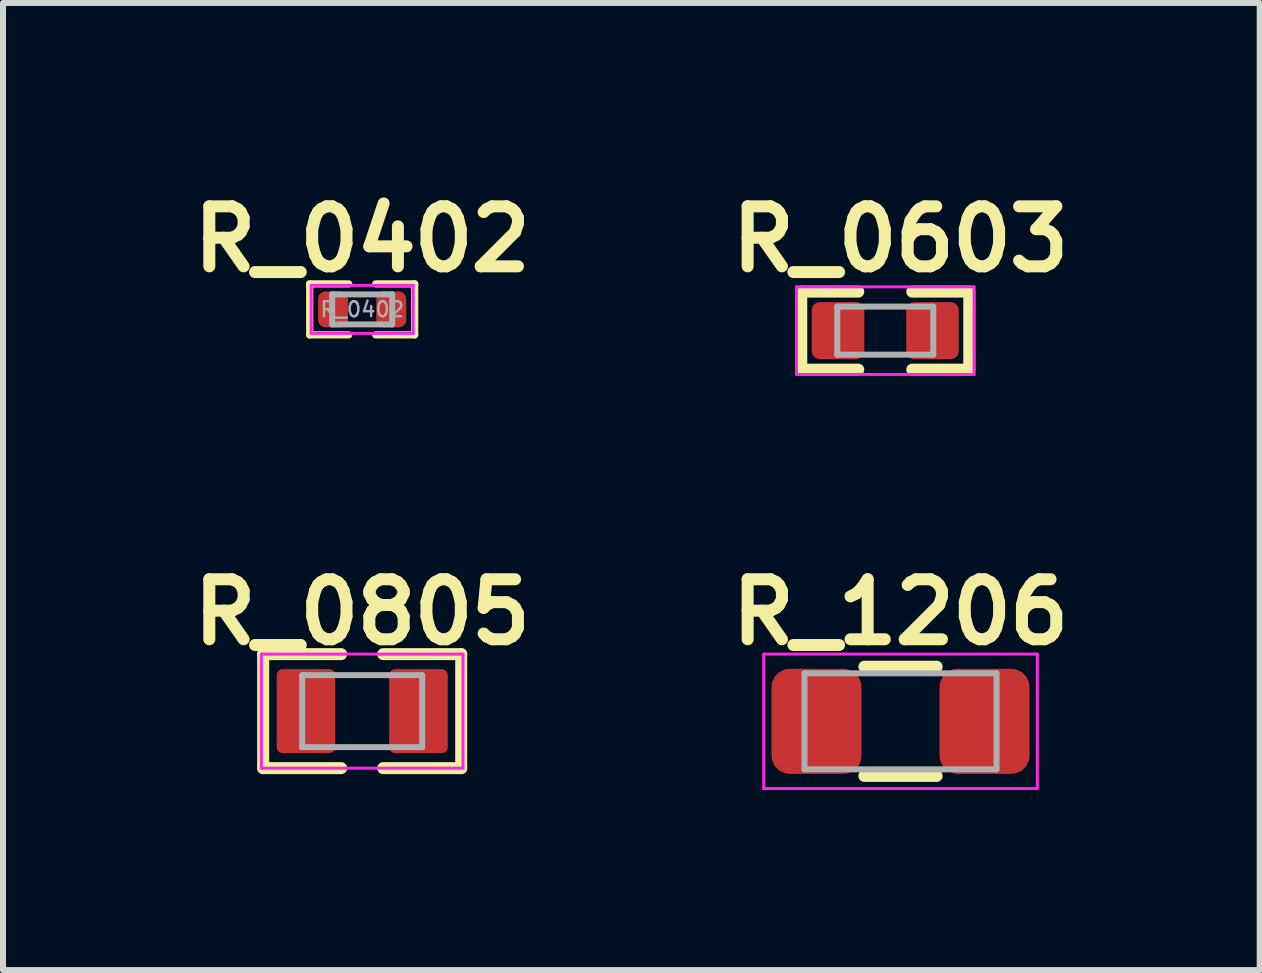
<source format=kicad_pcb>
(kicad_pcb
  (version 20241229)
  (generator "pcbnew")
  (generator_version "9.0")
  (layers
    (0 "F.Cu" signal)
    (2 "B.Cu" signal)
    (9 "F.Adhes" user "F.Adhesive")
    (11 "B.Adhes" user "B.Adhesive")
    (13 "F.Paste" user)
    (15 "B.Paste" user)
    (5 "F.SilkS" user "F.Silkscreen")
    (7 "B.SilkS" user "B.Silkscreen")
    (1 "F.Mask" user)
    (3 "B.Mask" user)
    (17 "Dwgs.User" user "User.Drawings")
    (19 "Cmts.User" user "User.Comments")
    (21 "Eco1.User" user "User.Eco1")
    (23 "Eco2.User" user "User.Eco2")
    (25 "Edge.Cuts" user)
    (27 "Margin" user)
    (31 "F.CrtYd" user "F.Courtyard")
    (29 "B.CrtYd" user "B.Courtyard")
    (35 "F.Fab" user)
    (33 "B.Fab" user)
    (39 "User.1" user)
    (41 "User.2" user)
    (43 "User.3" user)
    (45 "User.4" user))
  (footprint "R_0603"
    (layer "F.Cu")
    (at 11.703 2.46)
    (property "Reference" "R_0603" (at 0.254 -1.524 0) (layer "F.SilkS") (effects (font (size 1 1) (thickness 0.2))))
    (attr smd)
    (fp_line (start -1.4 -0.65) (end -1.4 0.65) (stroke (width 0.2) (type solid)) (layer "F.SilkS"))
    (fp_line (start -1.4 0.65) (end -0.45 0.65) (stroke (width 0.2) (type solid)) (layer "F.SilkS"))
    (fp_line (start -0.45 -0.65) (end -1.4 -0.65) (stroke (width 0.2) (type solid)) (layer "F.SilkS"))
    (fp_line (start 1.4 -0.65) (end 0.45 -0.65) (stroke (width 0.2) (type solid)) (layer "F.SilkS"))
    (fp_line (start 1.4 -0.65) (end 1.4 0.65) (stroke (width 0.2) (type solid)) (layer "F.SilkS"))
    (fp_line (start 1.4 0.65) (end 0.45 0.65) (stroke (width 0.2) (type solid)) (layer "F.SilkS"))
    (fp_line (start -1.48 -0.73) (end 1.48 -0.73) (stroke (width 0.05) (type solid)) (layer "F.CrtYd"))
    (fp_line (start -1.48 0.73) (end -1.48 -0.73) (stroke (width 0.05) (type solid)) (layer "F.CrtYd"))
    (fp_line (start 1.48 -0.73) (end 1.48 0.73) (stroke (width 0.05) (type solid)) (layer "F.CrtYd"))
    (fp_line (start 1.48 0.73) (end -1.48 0.73) (stroke (width 0.05) (type solid)) (layer "F.CrtYd"))
    (fp_line (start -0.8 -0.4) (end 0.8 -0.4) (stroke (width 0.1) (type solid)) (layer "F.Fab"))
    (fp_line (start -0.8 0.4) (end -0.8 -0.4) (stroke (width 0.1) (type solid)) (layer "F.Fab"))
    (fp_line (start 0.8 -0.4) (end 0.8 0.4) (stroke (width 0.1) (type solid)) (layer "F.Fab"))
    (fp_line (start 0.8 0.4) (end -0.8 0.4) (stroke (width 0.1) (type solid)) (layer "F.Fab"))
    (pad "1" smd roundrect (at -0.787 0) (size 0.875 0.95) (layers "F.Cu" "F.Mask" "F.Paste") (roundrect_rratio 0.15))
    (pad "2" smd roundrect (at 0.787 0) (size 0.875 0.95) (layers "F.Cu" "F.Mask" "F.Paste") (roundrect_rratio 0.15)))
  (footprint "R_1206"
    (layer "F.Cu")
    (at 11.957 8.971)
    (property "Reference" "R_1206" (at 0 -1.82 0) (layer "F.SilkS") (effects (font (size 1 1) (thickness 0.2))))
    (attr smd)
    (fp_line (start -0.602 -0.91) (end 0.602 -0.91) (stroke (width 0.2) (type solid)) (layer "F.SilkS"))
    (fp_line (start -0.602 0.91) (end 0.602 0.91) (stroke (width 0.2) (type solid)) (layer "F.SilkS"))
    (fp_line (start -2.28 -1.12) (end 2.28 -1.12) (stroke (width 0.05) (type solid)) (layer "F.CrtYd"))
    (fp_line (start -2.28 1.12) (end -2.28 -1.12) (stroke (width 0.05) (type solid)) (layer "F.CrtYd"))
    (fp_line (start 2.28 -1.12) (end 2.28 1.12) (stroke (width 0.05) (type solid)) (layer "F.CrtYd"))
    (fp_line (start 2.28 1.12) (end -2.28 1.12) (stroke (width 0.05) (type solid)) (layer "F.CrtYd"))
    (fp_line (start -1.6 -0.8) (end 1.6 -0.8) (stroke (width 0.1) (type solid)) (layer "F.Fab"))
    (fp_line (start -1.6 0.8) (end -1.6 -0.8) (stroke (width 0.1) (type solid)) (layer "F.Fab"))
    (fp_line (start 1.6 -0.8) (end 1.6 0.8) (stroke (width 0.1) (type solid)) (layer "F.Fab"))
    (fp_line (start 1.6 0.8) (end -1.6 0.8) (stroke (width 0.1) (type solid)) (layer "F.Fab"))
    (pad "1" smd roundrect (at -1.4 0) (size 1.5 1.75) (layers "F.Cu" "F.Mask" "F.Paste") (roundrect_rratio 0.2))
    (pad "2" smd roundrect (at 1.4 0) (size 1.5 1.75) (layers "F.Cu" "F.Mask" "F.Paste") (roundrect_rratio 0.2)))
  (footprint "R_0805"
    (layer "F.Cu")
    (at 2.986 8.801)
    (property "Reference" "R_0805" (at 0 -1.65 0) (layer "F.SilkS") (effects (font (size 1 1) (thickness 0.2))))
    (attr smd)
    (fp_line (start -1.65 -0.95) (end -1.65 0.95) (stroke (width 0.2) (type solid)) (layer "F.SilkS"))
    (fp_line (start -1.65 0.95) (end -0.35 0.95) (stroke (width 0.2) (type solid)) (layer "F.SilkS"))
    (fp_line (start -0.35 -0.95) (end -1.65 -0.95) (stroke (width 0.2) (type solid)) (layer "F.SilkS"))
    (fp_line (start 0.35 -0.95) (end 1.65 -0.95) (stroke (width 0.2) (type solid)) (layer "F.SilkS"))
    (fp_line (start 1.65 -0.95) (end 1.65 0.95) (stroke (width 0.2) (type solid)) (layer "F.SilkS"))
    (fp_line (start 1.65 0.95) (end 0.35 0.95) (stroke (width 0.2) (type solid)) (layer "F.SilkS"))
    (fp_line (start -1.68 -0.95) (end 1.68 -0.95) (stroke (width 0.05) (type solid)) (layer "F.CrtYd"))
    (fp_line (start -1.68 0.95) (end -1.68 -0.95) (stroke (width 0.05) (type solid)) (layer "F.CrtYd"))
    (fp_line (start 1.68 -0.95) (end 1.68 0.95) (stroke (width 0.05) (type solid)) (layer "F.CrtYd"))
    (fp_line (start 1.68 0.95) (end -1.68 0.95) (stroke (width 0.05) (type solid)) (layer "F.CrtYd"))
    (fp_line (start -1 -0.6) (end 1 -0.6) (stroke (width 0.1) (type solid)) (layer "F.Fab"))
    (fp_line (start -1 0.6) (end -1 -0.6) (stroke (width 0.1) (type solid)) (layer "F.Fab"))
    (fp_line (start 1 -0.6) (end 1 0.6) (stroke (width 0.1) (type solid)) (layer "F.Fab"))
    (fp_line (start 1 0.6) (end -1 0.6) (stroke (width 0.1) (type solid)) (layer "F.Fab"))
    (pad "1" smd roundrect (at -0.938 0) (size 0.975 1.4) (layers "F.Cu" "F.Mask" "F.Paste") (roundrect_rratio 0.1))
    (pad "2" smd roundrect (at 0.938 0) (size 0.975 1.4) (layers "F.Cu" "F.Mask" "F.Paste") (roundrect_rratio 0.1)))
  (footprint "R_0402"
    (layer "F.Cu")
    (at 2.986 2.106)
    (property "Reference" "R_0402" (at 0 -1.17 0) (layer "F.SilkS") (effects (font (size 1 1) (thickness 0.2))))
    (attr smd)
    (fp_line (start -0.875 -0.425) (end -0.875 0.425) (stroke (width 0.12) (type solid)) (layer "F.SilkS"))
    (fp_line (start -0.875 0.425) (end -0.225 0.425) (stroke (width 0.12) (type solid)) (layer "F.SilkS"))
    (fp_line (start -0.225 -0.425) (end -0.875 -0.425) (stroke (width 0.12) (type solid)) (layer "F.SilkS"))
    (fp_line (start 0.225 -0.425) (end 0.875 -0.425) (stroke (width 0.12) (type solid)) (layer "F.SilkS"))
    (fp_line (start 0.875 -0.425) (end 0.875 0.425) (stroke (width 0.12) (type solid)) (layer "F.SilkS"))
    (fp_line (start 0.875 0.425) (end 0.225 0.425) (stroke (width 0.12) (type solid)) (layer "F.SilkS"))
    (fp_line (start -0.85 -0.4) (end 0.85 -0.4) (stroke (width 0.05) (type solid)) (layer "F.CrtYd"))
    (fp_line (start -0.85 0.4) (end -0.85 -0.4) (stroke (width 0.05) (type solid)) (layer "F.CrtYd"))
    (fp_line (start 0.85 -0.4) (end 0.85 0.4) (stroke (width 0.05) (type solid)) (layer "F.CrtYd"))
    (fp_line (start 0.85 0.4) (end -0.85 0.4) (stroke (width 0.05) (type solid)) (layer "F.CrtYd"))
    (fp_line (start -0.5 -0.25) (end 0.5 -0.25) (stroke (width 0.1) (type solid)) (layer "F.Fab"))
    (fp_line (start -0.5 0.25) (end -0.5 -0.25) (stroke (width 0.1) (type solid)) (layer "F.Fab"))
    (fp_line (start 0.5 -0.25) (end 0.5 0.25) (stroke (width 0.1) (type solid)) (layer "F.Fab"))
    (fp_line (start 0.5 0.25) (end -0.5 0.25) (stroke (width 0.1) (type solid)) (layer "F.Fab"))
    (fp_text user "${REFERENCE}" (at 0 0 0) (layer "F.Fab") (effects (font (size 0.25 0.25) (thickness 0.04))))
    (pad "1" smd roundrect (at -0.485 0) (size 0.5 0.6) (layers "F.Cu" "F.Mask" "F.Paste") (roundrect_rratio 0.25))
    (pad "2" smd roundrect (at 0.485 0) (size 0.5 0.6) (layers "F.Cu" "F.Mask" "F.Paste") (roundrect_rratio 0.25)))
  (gr_rect
    (start -3 -3)
    (end 17.943 13.116)
    (stroke (width 0.1) (type default))
    (fill no)
    (layer "Edge.Cuts")))
</source>
